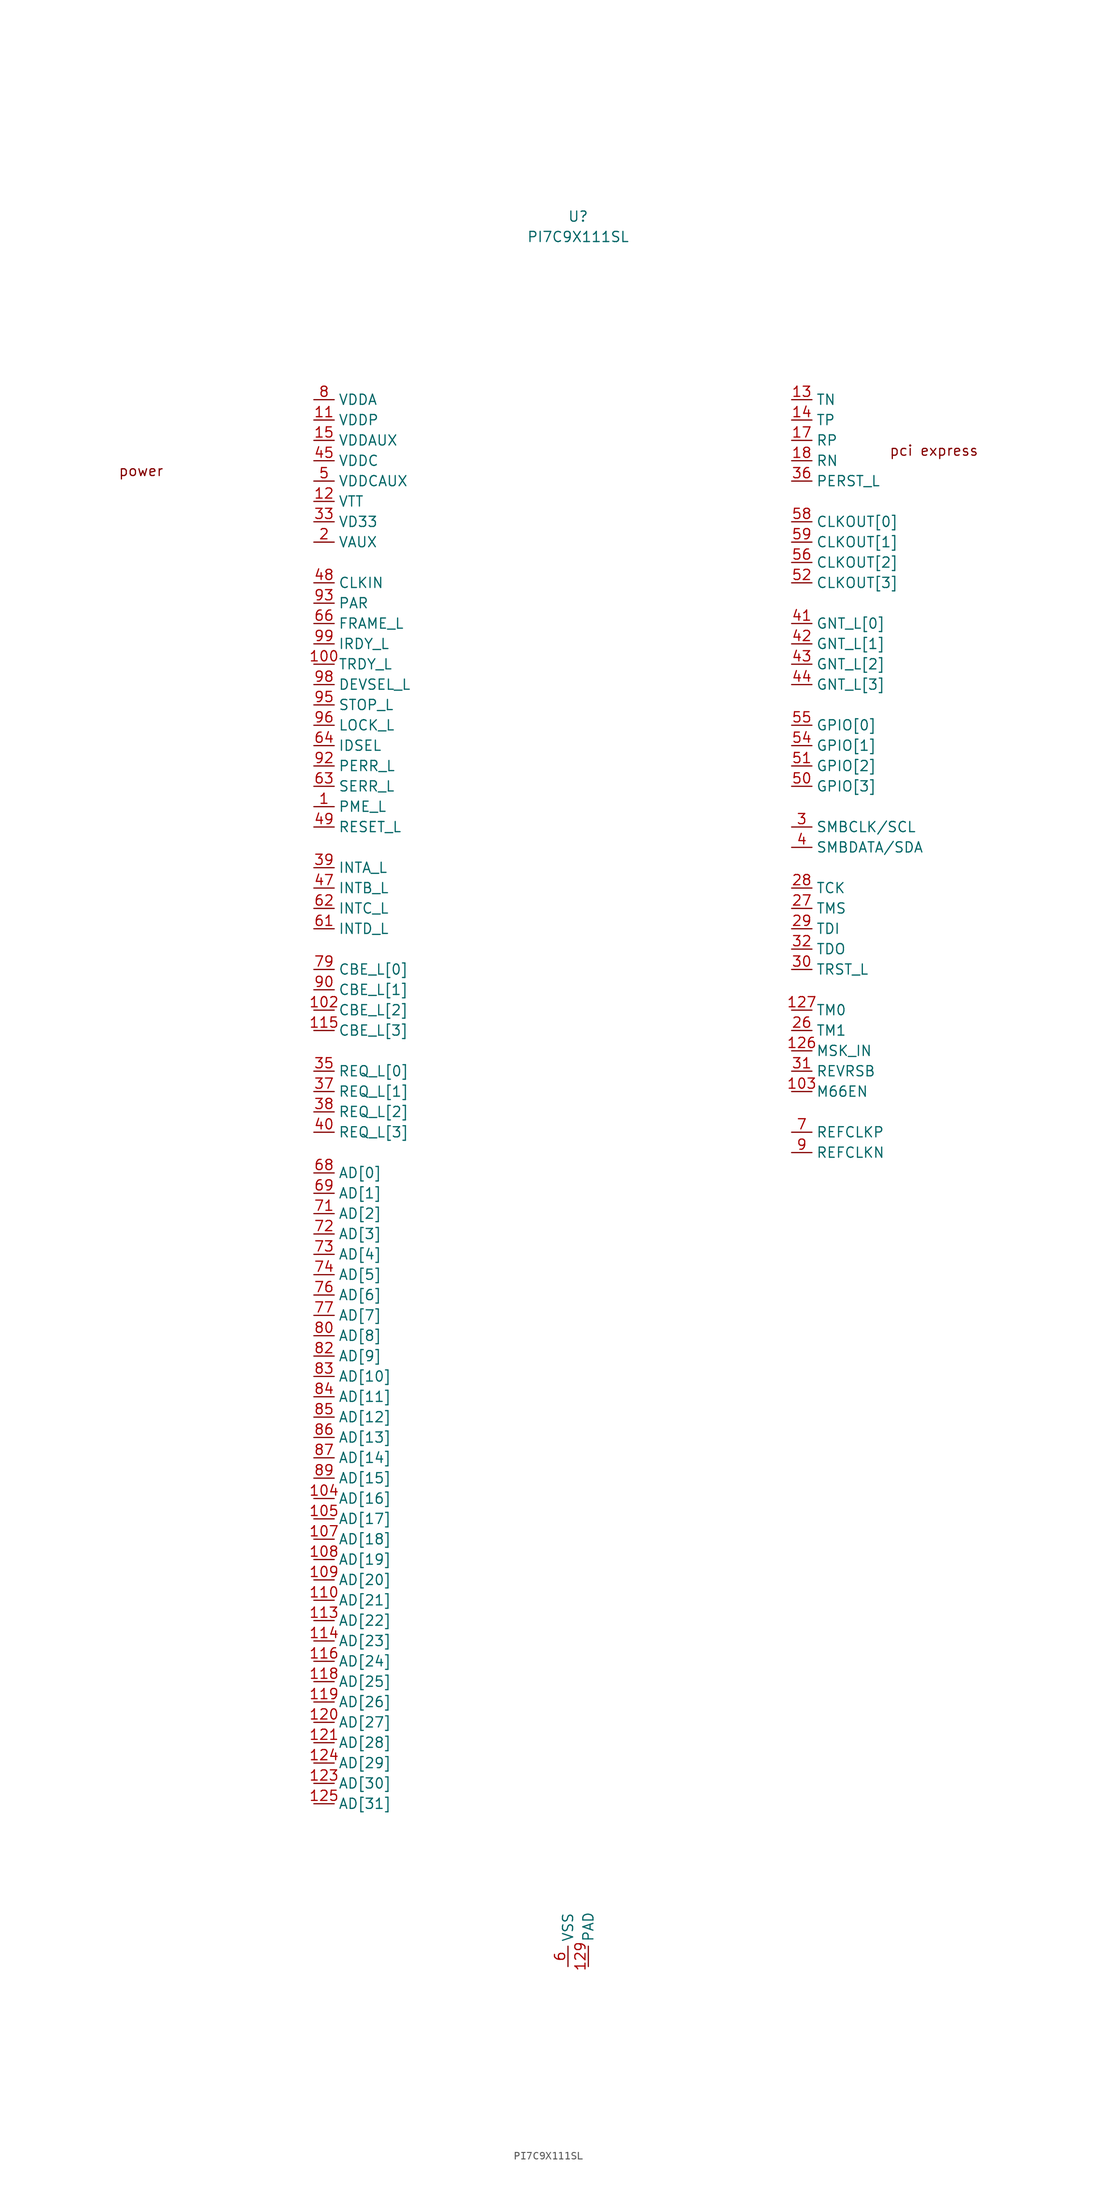
<source format=kicad_sym>
(kicad_symbol_lib
  (version 20220914)
  (generator kicad_symbol_editor)
  (symbol "PI7C9X111SL"
    (property "Reference" "U"
      (at 0 16.51 0)
      (effects (font (size 1.27 1.27))))
    (property "Value" "PI7C9X111SL"
      (at 0 13.97 0)
      (effects (font (size 1.27 1.27))))
    (symbol "PI7C9X111SL_1_1"
      (text "pci express" (at 44.45 -12.7 0) (effects (font (size 1.27 1.27))))
      (text "power" (at -54.61 -15.24 0) (effects (font (size 1.27 1.27))))
      (pin input line (at -33.02 -57.15 0) (length 2.54) (name "PME_L" (effects (font (size 1.27 1.27)))) (number "1" (effects (font (size 1.27 1.27)))))
      (pin power_in line (at -1.27 -201.93 90) (length 2.54) hide (name "VSS" (effects (font (size 1.27 1.27)))) (number "10" (effects (font (size 1.27 1.27)))))
      (pin bidirectional line (at -33.02 -39.37 0) (length 2.54) (name "TRDY_L" (effects (font (size 1.27 1.27)))) (number "100" (effects (font (size 1.27 1.27)))))
      (pin power_in line (at -33.02 -21.59 0) (length 2.54) hide (name "VD33" (effects (font (size 1.27 1.27)))) (number "101" (effects (font (size 1.27 1.27)))))
      (pin bidirectional line (at -33.02 -82.55 0) (length 2.54) (name "CBE_L[2]" (effects (font (size 1.27 1.27)))) (number "102" (effects (font (size 1.27 1.27)))))
      (pin input line (at 26.67 -92.71 0) (length 2.54) (name "M66EN" (effects (font (size 1.27 1.27)))) (number "103" (effects (font (size 1.27 1.27)))))
      (pin bidirectional line (at -33.02 -143.51 0) (length 2.54) (name "AD[16]" (effects (font (size 1.27 1.27)))) (number "104" (effects (font (size 1.27 1.27)))))
      (pin bidirectional line (at -33.02 -146.05 0) (length 2.54) (name "AD[17]" (effects (font (size 1.27 1.27)))) (number "105" (effects (font (size 1.27 1.27)))))
      (pin power_in line (at -1.27 -201.93 90) (length 2.54) hide (name "VSS" (effects (font (size 1.27 1.27)))) (number "106" (effects (font (size 1.27 1.27)))))
      (pin bidirectional line (at -33.02 -148.59 0) (length 2.54) (name "AD[18]" (effects (font (size 1.27 1.27)))) (number "107" (effects (font (size 1.27 1.27)))))
      (pin bidirectional line (at -33.02 -151.13 0) (length 2.54) (name "AD[19]" (effects (font (size 1.27 1.27)))) (number "108" (effects (font (size 1.27 1.27)))))
      (pin bidirectional line (at -33.02 -153.67 0) (length 2.54) (name "AD[20]" (effects (font (size 1.27 1.27)))) (number "109" (effects (font (size 1.27 1.27)))))
      (pin power_in line (at -33.02 -8.89 0) (length 2.54) (name "VDDP" (effects (font (size 1.27 1.27)))) (number "11" (effects (font (size 1.27 1.27)))))
      (pin bidirectional line (at -33.02 -156.21 0) (length 2.54) (name "AD[21]" (effects (font (size 1.27 1.27)))) (number "110" (effects (font (size 1.27 1.27)))))
      (pin power_in line (at -33.02 -21.59 0) (length 2.54) hide (name "VD33" (effects (font (size 1.27 1.27)))) (number "111" (effects (font (size 1.27 1.27)))))
      (pin power_in line (at -33.02 -13.97 0) (length 2.54) hide (name "VDDC" (effects (font (size 1.27 1.27)))) (number "112" (effects (font (size 1.27 1.27)))))
      (pin bidirectional line (at -33.02 -158.75 0) (length 2.54) (name "AD[22]" (effects (font (size 1.27 1.27)))) (number "113" (effects (font (size 1.27 1.27)))))
      (pin bidirectional line (at -33.02 -161.29 0) (length 2.54) (name "AD[23]" (effects (font (size 1.27 1.27)))) (number "114" (effects (font (size 1.27 1.27)))))
      (pin bidirectional line (at -33.02 -85.09 0) (length 2.54) (name "CBE_L[3]" (effects (font (size 1.27 1.27)))) (number "115" (effects (font (size 1.27 1.27)))))
      (pin bidirectional line (at -33.02 -163.83 0) (length 2.54) (name "AD[24]" (effects (font (size 1.27 1.27)))) (number "116" (effects (font (size 1.27 1.27)))))
      (pin power_in line (at -1.27 -201.93 90) (length 2.54) hide (name "VSS" (effects (font (size 1.27 1.27)))) (number "117" (effects (font (size 1.27 1.27)))))
      (pin bidirectional line (at -33.02 -166.37 0) (length 2.54) (name "AD[25]" (effects (font (size 1.27 1.27)))) (number "118" (effects (font (size 1.27 1.27)))))
      (pin bidirectional line (at -33.02 -168.91 0) (length 2.54) (name "AD[26]" (effects (font (size 1.27 1.27)))) (number "119" (effects (font (size 1.27 1.27)))))
      (pin power_in line (at -33.02 -19.05 0) (length 2.54) (name "VTT" (effects (font (size 1.27 1.27)))) (number "12" (effects (font (size 1.27 1.27)))))
      (pin bidirectional line (at -33.02 -171.45 0) (length 2.54) (name "AD[27]" (effects (font (size 1.27 1.27)))) (number "120" (effects (font (size 1.27 1.27)))))
      (pin bidirectional line (at -33.02 -173.99 0) (length 2.54) (name "AD[28]" (effects (font (size 1.27 1.27)))) (number "121" (effects (font (size 1.27 1.27)))))
      (pin power_in line (at -33.02 -21.59 0) (length 2.54) hide (name "VD33" (effects (font (size 1.27 1.27)))) (number "122" (effects (font (size 1.27 1.27)))))
      (pin bidirectional line (at -33.02 -179.07 0) (length 2.54) (name "AD[30]" (effects (font (size 1.27 1.27)))) (number "123" (effects (font (size 1.27 1.27)))))
      (pin bidirectional line (at -33.02 -176.53 0) (length 2.54) (name "AD[29]" (effects (font (size 1.27 1.27)))) (number "124" (effects (font (size 1.27 1.27)))))
      (pin bidirectional line (at -33.02 -181.61 0) (length 2.54) (name "AD[31]" (effects (font (size 1.27 1.27)))) (number "125" (effects (font (size 1.27 1.27)))))
      (pin input line (at 26.67 -87.63 0) (length 2.54) (name "MSK_IN" (effects (font (size 1.27 1.27)))) (number "126" (effects (font (size 1.27 1.27)))))
      (pin input line (at 26.67 -82.55 0) (length 2.54) (name "TM0" (effects (font (size 1.27 1.27)))) (number "127" (effects (font (size 1.27 1.27)))))
      (pin power_in line (at -1.27 -201.93 90) (length 2.54) hide (name "VSS" (effects (font (size 1.27 1.27)))) (number "128" (effects (font (size 1.27 1.27)))))
      (pin power_in line (at 1.27 -201.93 90) (length 2.54) (name "PAD" (effects (font (size 1.27 1.27)))) (number "129" (effects (font (size 1.27 1.27)))))
      (pin output line (at 26.67 -6.35 0) (length 2.54) (name "TN" (effects (font (size 1.27 1.27)))) (number "13" (effects (font (size 1.27 1.27)))))
      (pin output line (at 26.67 -8.89 0) (length 2.54) (name "TP" (effects (font (size 1.27 1.27)))) (number "14" (effects (font (size 1.27 1.27)))))
      (pin power_in line (at -33.02 -11.43 0) (length 2.54) (name "VDDAUX" (effects (font (size 1.27 1.27)))) (number "15" (effects (font (size 1.27 1.27)))))
      (pin power_in line (at -1.27 -201.93 90) (length 2.54) hide (name "VSS" (effects (font (size 1.27 1.27)))) (number "16" (effects (font (size 1.27 1.27)))))
      (pin input line (at 26.67 -11.43 0) (length 2.54) (name "RP" (effects (font (size 1.27 1.27)))) (number "17" (effects (font (size 1.27 1.27)))))
      (pin input line (at 26.67 -13.97 0) (length 2.54) (name "RN" (effects (font (size 1.27 1.27)))) (number "18" (effects (font (size 1.27 1.27)))))
      (pin power_in line (at -1.27 -201.93 90) (length 2.54) hide (name "VSS" (effects (font (size 1.27 1.27)))) (number "19" (effects (font (size 1.27 1.27)))))
      (pin power_in line (at -33.02 -24.13 0) (length 2.54) (name "VAUX" (effects (font (size 1.27 1.27)))) (number "2" (effects (font (size 1.27 1.27)))))
      (pin power_in line (at -33.02 -6.35 0) (length 2.54) hide (name "VDDA" (effects (font (size 1.27 1.27)))) (number "20" (effects (font (size 1.27 1.27)))))
      (pin power_in line (at -33.02 -6.35 0) (length 2.54) hide (name "VDDA" (effects (font (size 1.27 1.27)))) (number "21" (effects (font (size 1.27 1.27)))))
      (pin power_in line (at -1.27 -201.93 90) (length 2.54) hide (name "VSS" (effects (font (size 1.27 1.27)))) (number "22" (effects (font (size 1.27 1.27)))))
      (pin power_in line (at -33.02 -8.89 0) (length 2.54) hide (name "VDDP" (effects (font (size 1.27 1.27)))) (number "23" (effects (font (size 1.27 1.27)))))
      (pin power_in line (at -33.02 -8.89 0) (length 2.54) hide (name "VDDP" (effects (font (size 1.27 1.27)))) (number "24" (effects (font (size 1.27 1.27)))))
      (pin power_in line (at -1.27 -201.93 90) (length 2.54) hide (name "VSS" (effects (font (size 1.27 1.27)))) (number "25" (effects (font (size 1.27 1.27)))))
      (pin input line (at 26.67 -85.09 0) (length 2.54) (name "TM1" (effects (font (size 1.27 1.27)))) (number "26" (effects (font (size 1.27 1.27)))))
      (pin input line (at 26.67 -69.85 0) (length 2.54) (name "TMS" (effects (font (size 1.27 1.27)))) (number "27" (effects (font (size 1.27 1.27)))))
      (pin input line (at 26.67 -67.31 0) (length 2.54) (name "TCK" (effects (font (size 1.27 1.27)))) (number "28" (effects (font (size 1.27 1.27)))))
      (pin input line (at 26.67 -72.39 0) (length 2.54) (name "TDI" (effects (font (size 1.27 1.27)))) (number "29" (effects (font (size 1.27 1.27)))))
      (pin bidirectional line (at 26.67 -59.69 0) (length 2.54) (name "SMBCLK/SCL" (effects (font (size 1.27 1.27)))) (number "3" (effects (font (size 1.27 1.27)))))
      (pin input line (at 26.67 -77.47 0) (length 2.54) (name "TRST_L" (effects (font (size 1.27 1.27)))) (number "30" (effects (font (size 1.27 1.27)))))
      (pin input line (at 26.67 -90.17 0) (length 2.54) (name "REVRSB" (effects (font (size 1.27 1.27)))) (number "31" (effects (font (size 1.27 1.27)))))
      (pin output line (at 26.67 -74.93 0) (length 2.54) (name "TDO" (effects (font (size 1.27 1.27)))) (number "32" (effects (font (size 1.27 1.27)))))
      (pin power_in line (at -33.02 -21.59 0) (length 2.54) (name "VD33" (effects (font (size 1.27 1.27)))) (number "33" (effects (font (size 1.27 1.27)))))
      (pin power_in line (at -1.27 -201.93 90) (length 2.54) hide (name "VSS" (effects (font (size 1.27 1.27)))) (number "34" (effects (font (size 1.27 1.27)))))
      (pin input line (at -33.02 -90.17 0) (length 2.54) (name "REQ_L[0]" (effects (font (size 1.27 1.27)))) (number "35" (effects (font (size 1.27 1.27)))))
      (pin bidirectional line (at 26.67 -16.51 0) (length 2.54) (name "PERST_L" (effects (font (size 1.27 1.27)))) (number "36" (effects (font (size 1.27 1.27)))))
      (pin input line (at -33.02 -92.71 0) (length 2.54) (name "REQ_L[1]" (effects (font (size 1.27 1.27)))) (number "37" (effects (font (size 1.27 1.27)))))
      (pin input line (at -33.02 -95.25 0) (length 2.54) (name "REQ_L[2]" (effects (font (size 1.27 1.27)))) (number "38" (effects (font (size 1.27 1.27)))))
      (pin bidirectional line (at -33.02 -64.77 0) (length 2.54) (name "INTA_L" (effects (font (size 1.27 1.27)))) (number "39" (effects (font (size 1.27 1.27)))))
      (pin bidirectional line (at 26.67 -62.23 0) (length 2.54) (name "SMBDATA/SDA" (effects (font (size 1.27 1.27)))) (number "4" (effects (font (size 1.27 1.27)))))
      (pin input line (at -33.02 -97.79 0) (length 2.54) (name "REQ_L[3]" (effects (font (size 1.27 1.27)))) (number "40" (effects (font (size 1.27 1.27)))))
      (pin output line (at 26.67 -34.29 0) (length 2.54) (name "GNT_L[0]" (effects (font (size 1.27 1.27)))) (number "41" (effects (font (size 1.27 1.27)))))
      (pin output line (at 26.67 -36.83 0) (length 2.54) (name "GNT_L[1]" (effects (font (size 1.27 1.27)))) (number "42" (effects (font (size 1.27 1.27)))))
      (pin output line (at 26.67 -39.37 0) (length 2.54) (name "GNT_L[2]" (effects (font (size 1.27 1.27)))) (number "43" (effects (font (size 1.27 1.27)))))
      (pin output line (at 26.67 -41.91 0) (length 2.54) (name "GNT_L[3]" (effects (font (size 1.27 1.27)))) (number "44" (effects (font (size 1.27 1.27)))))
      (pin power_in line (at -33.02 -13.97 0) (length 2.54) (name "VDDC" (effects (font (size 1.27 1.27)))) (number "45" (effects (font (size 1.27 1.27)))))
      (pin power_in line (at -1.27 -201.93 90) (length 2.54) hide (name "VSS" (effects (font (size 1.27 1.27)))) (number "46" (effects (font (size 1.27 1.27)))))
      (pin bidirectional line (at -33.02 -67.31 0) (length 2.54) (name "INTB_L" (effects (font (size 1.27 1.27)))) (number "47" (effects (font (size 1.27 1.27)))))
      (pin input line (at -33.02 -29.21 0) (length 2.54) (name "CLKIN" (effects (font (size 1.27 1.27)))) (number "48" (effects (font (size 1.27 1.27)))))
      (pin bidirectional line (at -33.02 -59.69 0) (length 2.54) (name "RESET_L" (effects (font (size 1.27 1.27)))) (number "49" (effects (font (size 1.27 1.27)))))
      (pin power_in line (at -33.02 -16.51 0) (length 2.54) (name "VDDCAUX" (effects (font (size 1.27 1.27)))) (number "5" (effects (font (size 1.27 1.27)))))
      (pin bidirectional line (at 26.67 -54.61 0) (length 2.54) (name "GPIO[3]" (effects (font (size 1.27 1.27)))) (number "50" (effects (font (size 1.27 1.27)))))
      (pin bidirectional line (at 26.67 -52.07 0) (length 2.54) (name "GPIO[2]" (effects (font (size 1.27 1.27)))) (number "51" (effects (font (size 1.27 1.27)))))
      (pin output line (at 26.67 -29.21 0) (length 2.54) (name "CLKOUT[3]" (effects (font (size 1.27 1.27)))) (number "52" (effects (font (size 1.27 1.27)))))
      (pin power_in line (at -33.02 -21.59 0) (length 2.54) hide (name "VD33" (effects (font (size 1.27 1.27)))) (number "53" (effects (font (size 1.27 1.27)))))
      (pin bidirectional line (at 26.67 -49.53 0) (length 2.54) (name "GPIO[1]" (effects (font (size 1.27 1.27)))) (number "54" (effects (font (size 1.27 1.27)))))
      (pin bidirectional line (at 26.67 -46.99 0) (length 2.54) (name "GPIO[0]" (effects (font (size 1.27 1.27)))) (number "55" (effects (font (size 1.27 1.27)))))
      (pin output line (at 26.67 -26.67 0) (length 2.54) (name "CLKOUT[2]" (effects (font (size 1.27 1.27)))) (number "56" (effects (font (size 1.27 1.27)))))
      (pin power_in line (at -1.27 -201.93 90) (length 2.54) hide (name "VSS" (effects (font (size 1.27 1.27)))) (number "57" (effects (font (size 1.27 1.27)))))
      (pin output line (at 26.67 -21.59 0) (length 2.54) (name "CLKOUT[0]" (effects (font (size 1.27 1.27)))) (number "58" (effects (font (size 1.27 1.27)))))
      (pin output line (at 26.67 -24.13 0) (length 2.54) (name "CLKOUT[1]" (effects (font (size 1.27 1.27)))) (number "59" (effects (font (size 1.27 1.27)))))
      (pin power_in line (at -1.27 -201.93 90) (length 2.54) (name "VSS" (effects (font (size 1.27 1.27)))) (number "6" (effects (font (size 1.27 1.27)))))
      (pin power_in line (at -33.02 -21.59 0) (length 2.54) hide (name "VD33" (effects (font (size 1.27 1.27)))) (number "60" (effects (font (size 1.27 1.27)))))
      (pin bidirectional line (at -33.02 -72.39 0) (length 2.54) (name "INTD_L" (effects (font (size 1.27 1.27)))) (number "61" (effects (font (size 1.27 1.27)))))
      (pin bidirectional line (at -33.02 -69.85 0) (length 2.54) (name "INTC_L" (effects (font (size 1.27 1.27)))) (number "62" (effects (font (size 1.27 1.27)))))
      (pin bidirectional line (at -33.02 -54.61 0) (length 2.54) (name "SERR_L" (effects (font (size 1.27 1.27)))) (number "63" (effects (font (size 1.27 1.27)))))
      (pin input line (at -33.02 -49.53 0) (length 2.54) (name "IDSEL" (effects (font (size 1.27 1.27)))) (number "64" (effects (font (size 1.27 1.27)))))
      (pin power_in line (at -33.02 -13.97 0) (length 2.54) hide (name "VDDC" (effects (font (size 1.27 1.27)))) (number "65" (effects (font (size 1.27 1.27)))))
      (pin bidirectional line (at -33.02 -34.29 0) (length 2.54) (name "FRAME_L" (effects (font (size 1.27 1.27)))) (number "66" (effects (font (size 1.27 1.27)))))
      (pin power_in line (at -1.27 -201.93 90) (length 2.54) hide (name "VSS" (effects (font (size 1.27 1.27)))) (number "67" (effects (font (size 1.27 1.27)))))
      (pin bidirectional line (at -33.02 -102.87 0) (length 2.54) (name "AD[0]" (effects (font (size 1.27 1.27)))) (number "68" (effects (font (size 1.27 1.27)))))
      (pin bidirectional line (at -33.02 -105.41 0) (length 2.54) (name "AD[1]" (effects (font (size 1.27 1.27)))) (number "69" (effects (font (size 1.27 1.27)))))
      (pin input line (at 26.67 -97.79 0) (length 2.54) (name "REFCLKP" (effects (font (size 1.27 1.27)))) (number "7" (effects (font (size 1.27 1.27)))))
      (pin power_in line (at -33.02 -21.59 0) (length 2.54) hide (name "VD33" (effects (font (size 1.27 1.27)))) (number "70" (effects (font (size 1.27 1.27)))))
      (pin bidirectional line (at -33.02 -107.95 0) (length 2.54) (name "AD[2]" (effects (font (size 1.27 1.27)))) (number "71" (effects (font (size 1.27 1.27)))))
      (pin bidirectional line (at -33.02 -110.49 0) (length 2.54) (name "AD[3]" (effects (font (size 1.27 1.27)))) (number "72" (effects (font (size 1.27 1.27)))))
      (pin bidirectional line (at -33.02 -113.03 0) (length 2.54) (name "AD[4]" (effects (font (size 1.27 1.27)))) (number "73" (effects (font (size 1.27 1.27)))))
      (pin bidirectional line (at -33.02 -115.57 0) (length 2.54) (name "AD[5]" (effects (font (size 1.27 1.27)))) (number "74" (effects (font (size 1.27 1.27)))))
      (pin power_in line (at -33.02 -13.97 0) (length 2.54) hide (name "VDDC" (effects (font (size 1.27 1.27)))) (number "75" (effects (font (size 1.27 1.27)))))
      (pin bidirectional line (at -33.02 -118.11 0) (length 2.54) (name "AD[6]" (effects (font (size 1.27 1.27)))) (number "76" (effects (font (size 1.27 1.27)))))
      (pin bidirectional line (at -33.02 -120.65 0) (length 2.54) (name "AD[7]" (effects (font (size 1.27 1.27)))) (number "77" (effects (font (size 1.27 1.27)))))
      (pin power_in line (at -1.27 -201.93 90) (length 2.54) hide (name "VSS" (effects (font (size 1.27 1.27)))) (number "78" (effects (font (size 1.27 1.27)))))
      (pin bidirectional line (at -33.02 -77.47 0) (length 2.54) (name "CBE_L[0]" (effects (font (size 1.27 1.27)))) (number "79" (effects (font (size 1.27 1.27)))))
      (pin power_in line (at -33.02 -6.35 0) (length 2.54) (name "VDDA" (effects (font (size 1.27 1.27)))) (number "8" (effects (font (size 1.27 1.27)))))
      (pin bidirectional line (at -33.02 -123.19 0) (length 2.54) (name "AD[8]" (effects (font (size 1.27 1.27)))) (number "80" (effects (font (size 1.27 1.27)))))
      (pin power_in line (at -33.02 -21.59 0) (length 2.54) hide (name "VD33" (effects (font (size 1.27 1.27)))) (number "81" (effects (font (size 1.27 1.27)))))
      (pin bidirectional line (at -33.02 -125.73 0) (length 2.54) (name "AD[9]" (effects (font (size 1.27 1.27)))) (number "82" (effects (font (size 1.27 1.27)))))
      (pin bidirectional line (at -33.02 -128.27 0) (length 2.54) (name "AD[10]" (effects (font (size 1.27 1.27)))) (number "83" (effects (font (size 1.27 1.27)))))
      (pin bidirectional line (at -33.02 -130.81 0) (length 2.54) (name "AD[11]" (effects (font (size 1.27 1.27)))) (number "84" (effects (font (size 1.27 1.27)))))
      (pin bidirectional line (at -33.02 -133.35 0) (length 2.54) (name "AD[12]" (effects (font (size 1.27 1.27)))) (number "85" (effects (font (size 1.27 1.27)))))
      (pin bidirectional line (at -33.02 -135.89 0) (length 2.54) (name "AD[13]" (effects (font (size 1.27 1.27)))) (number "86" (effects (font (size 1.27 1.27)))))
      (pin bidirectional line (at -33.02 -138.43 0) (length 2.54) (name "AD[14]" (effects (font (size 1.27 1.27)))) (number "87" (effects (font (size 1.27 1.27)))))
      (pin power_in line (at -1.27 -201.93 90) (length 2.54) hide (name "VSS" (effects (font (size 1.27 1.27)))) (number "88" (effects (font (size 1.27 1.27)))))
      (pin bidirectional line (at -33.02 -140.97 0) (length 2.54) (name "AD[15]" (effects (font (size 1.27 1.27)))) (number "89" (effects (font (size 1.27 1.27)))))
      (pin input line (at 26.67 -100.33 0) (length 2.54) (name "REFCLKN" (effects (font (size 1.27 1.27)))) (number "9" (effects (font (size 1.27 1.27)))))
      (pin bidirectional line (at -33.02 -80.01 0) (length 2.54) (name "CBE_L[1]" (effects (font (size 1.27 1.27)))) (number "90" (effects (font (size 1.27 1.27)))))
      (pin power_in line (at -33.02 -21.59 0) (length 2.54) hide (name "VD33" (effects (font (size 1.27 1.27)))) (number "91" (effects (font (size 1.27 1.27)))))
      (pin bidirectional line (at -33.02 -52.07 0) (length 2.54) (name "PERR_L" (effects (font (size 1.27 1.27)))) (number "92" (effects (font (size 1.27 1.27)))))
      (pin bidirectional line (at -33.02 -31.75 0) (length 2.54) (name "PAR" (effects (font (size 1.27 1.27)))) (number "93" (effects (font (size 1.27 1.27)))))
      (pin power_in line (at -33.02 -13.97 0) (length 2.54) hide (name "VDDC" (effects (font (size 1.27 1.27)))) (number "94" (effects (font (size 1.27 1.27)))))
      (pin bidirectional line (at -33.02 -44.45 0) (length 2.54) (name "STOP_L" (effects (font (size 1.27 1.27)))) (number "95" (effects (font (size 1.27 1.27)))))
      (pin bidirectional line (at -33.02 -46.99 0) (length 2.54) (name "LOCK_L" (effects (font (size 1.27 1.27)))) (number "96" (effects (font (size 1.27 1.27)))))
      (pin power_in line (at -1.27 -201.93 90) (length 2.54) hide (name "VSS" (effects (font (size 1.27 1.27)))) (number "97" (effects (font (size 1.27 1.27)))))
      (pin bidirectional line (at -33.02 -41.91 0) (length 2.54) (name "DEVSEL_L" (effects (font (size 1.27 1.27)))) (number "98" (effects (font (size 1.27 1.27)))))
      (pin bidirectional line (at -33.02 -36.83 0) (length 2.54) (name "IRDY_L" (effects (font (size 1.27 1.27)))) (number "99" (effects (font (size 1.27 1.27))))))))
</source>
